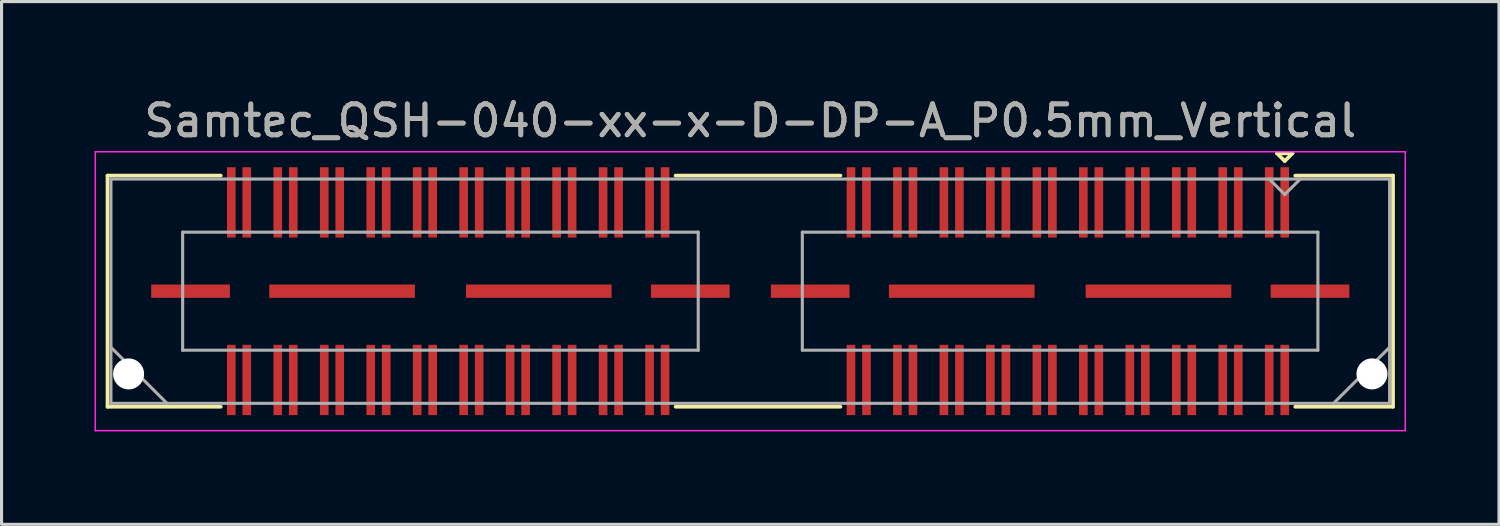
<source format=kicad_pcb>
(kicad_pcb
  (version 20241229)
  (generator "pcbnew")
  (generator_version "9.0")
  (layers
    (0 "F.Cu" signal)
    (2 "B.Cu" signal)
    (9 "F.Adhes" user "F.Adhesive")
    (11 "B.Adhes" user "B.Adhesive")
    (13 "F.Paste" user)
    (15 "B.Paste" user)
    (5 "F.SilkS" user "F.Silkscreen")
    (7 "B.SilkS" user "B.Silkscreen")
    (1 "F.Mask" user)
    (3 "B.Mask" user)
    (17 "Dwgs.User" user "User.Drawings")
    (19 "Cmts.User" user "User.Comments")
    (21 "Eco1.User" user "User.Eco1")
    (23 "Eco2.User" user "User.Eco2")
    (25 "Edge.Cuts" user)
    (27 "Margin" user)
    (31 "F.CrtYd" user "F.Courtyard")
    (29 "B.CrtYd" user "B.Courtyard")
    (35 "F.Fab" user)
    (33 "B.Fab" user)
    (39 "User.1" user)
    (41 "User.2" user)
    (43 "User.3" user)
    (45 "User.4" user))
  (footprint "Samtec_QSH-040-xx-x-D-DP-A_P0.5mm_Vertical"
    (layer "F.Cu")
    (at 21.165 6.348)
    (property "Reference" "Samtec_QSH-040-xx-x-D-DP-A_P0.5mm_Vertical" (at 0 -5.5 0) (layer "F.SilkS") (effects (font (size 1 1) (thickness 0.15))))
    (attr smd)
    (fp_line (start -20.745 -3.73) (end -17.09 -3.73) (stroke (width 0.12) (type solid)) (layer "F.SilkS"))
    (fp_line (start -20.745 3.73) (end -20.745 -3.73) (stroke (width 0.12) (type solid)) (layer "F.SilkS"))
    (fp_line (start -17.09 3.73) (end -20.745 3.73) (stroke (width 0.12) (type solid)) (layer "F.SilkS"))
    (fp_line (start 2.91 -3.73) (end -2.41 -3.73) (stroke (width 0.12) (type solid)) (layer "F.SilkS"))
    (fp_line (start 2.91 3.73) (end -2.41 3.73) (stroke (width 0.12) (type solid)) (layer "F.SilkS"))
    (fp_line (start 17 -4.45) (end 17.5 -4.45) (stroke (width 0.12) (type solid)) (layer "F.SilkS"))
    (fp_line (start 17.25 -4.2) (end 17 -4.45) (stroke (width 0.12) (type solid)) (layer "F.SilkS"))
    (fp_line (start 17.5 -4.45) (end 17.25 -4.2) (stroke (width 0.12) (type solid)) (layer "F.SilkS"))
    (fp_line (start 17.59 3.73) (end 20.745 3.73) (stroke (width 0.12) (type solid)) (layer "F.SilkS"))
    (fp_line (start 20.745 -3.73) (end 17.59 -3.73) (stroke (width 0.12) (type solid)) (layer "F.SilkS"))
    (fp_line (start 20.745 3.73) (end 20.745 -3.73) (stroke (width 0.12) (type solid)) (layer "F.SilkS"))
    (fp_line (start -21.14 -4.5) (end -21.14 4.5) (stroke (width 0.05) (type solid)) (layer "F.CrtYd"))
    (fp_line (start -21.14 4.5) (end 21.14 4.5) (stroke (width 0.05) (type solid)) (layer "F.CrtYd"))
    (fp_line (start 21.14 -4.5) (end -21.14 -4.5) (stroke (width 0.05) (type solid)) (layer "F.CrtYd"))
    (fp_line (start 21.14 4.5) (end 21.14 -4.5) (stroke (width 0.05) (type solid)) (layer "F.CrtYd"))
    (fp_line (start -20.635 -3.62) (end -20.635 3.62) (stroke (width 0.1) (type solid)) (layer "F.Fab"))
    (fp_line (start -20.635 1.81) (end -18.825 3.62) (stroke (width 0.1) (type solid)) (layer "F.Fab"))
    (fp_line (start -20.635 3.62) (end 20.635 3.62) (stroke (width 0.1) (type solid)) (layer "F.Fab"))
    (fp_line (start -18.32 -1.905) (end -18.32 1.905) (stroke (width 0.1) (type solid)) (layer "F.Fab"))
    (fp_line (start -18.32 1.905) (end -1.68 1.905) (stroke (width 0.1) (type solid)) (layer "F.Fab"))
    (fp_line (start -1.68 -1.905) (end -18.32 -1.905) (stroke (width 0.1) (type solid)) (layer "F.Fab"))
    (fp_line (start -1.68 1.905) (end -1.68 -1.905) (stroke (width 0.1) (type solid)) (layer "F.Fab"))
    (fp_line (start 1.68 -1.905) (end 1.68 1.905) (stroke (width 0.1) (type solid)) (layer "F.Fab"))
    (fp_line (start 1.68 1.905) (end 18.32 1.905) (stroke (width 0.1) (type solid)) (layer "F.Fab"))
    (fp_line (start 17.25 -3.12) (end 16.75 -3.62) (stroke (width 0.1) (type solid)) (layer "F.Fab"))
    (fp_line (start 17.75 -3.62) (end 17.25 -3.12) (stroke (width 0.1) (type solid)) (layer "F.Fab"))
    (fp_line (start 18.32 -1.905) (end 1.68 -1.905) (stroke (width 0.1) (type solid)) (layer "F.Fab"))
    (fp_line (start 18.32 1.905) (end 18.32 -1.905) (stroke (width 0.1) (type solid)) (layer "F.Fab"))
    (fp_line (start 20.635 -3.62) (end -20.635 -3.62) (stroke (width 0.1) (type solid)) (layer "F.Fab"))
    (fp_line (start 20.635 1.81) (end 18.825 3.62) (stroke (width 0.1) (type solid)) (layer "F.Fab"))
    (fp_line (start 20.635 3.62) (end 20.635 -3.62) (stroke (width 0.1) (type solid)) (layer "F.Fab"))
    (fp_text user "${REFERENCE}" (at 0 -5.5 0) (layer "F.Fab") (effects (font (size 1 1) (thickness 0.15))))
    (pad "" np_thru_hole circle (at -20.065 2.67) (size 1 1) (drill 1) (layers "*.Cu" "*.Mask"))
    (pad "" np_thru_hole circle (at 20.065 2.67) (size 1 1) (drill 1) (layers "*.Cu" "*.Mask"))
    (pad "1" smd rect (at 17.25 -2.865) (size 0.279 2.27) (layers "F.Cu" "F.Mask" "F.Paste"))
    (pad "2" smd rect (at 17.25 2.865) (size 0.279 2.27) (layers "F.Cu" "F.Mask" "F.Paste"))
    (pad "3" smd rect (at 16.75 -2.865) (size 0.279 2.27) (layers "F.Cu" "F.Mask" "F.Paste"))
    (pad "4" smd rect (at 16.75 2.865) (size 0.279 2.27) (layers "F.Cu" "F.Mask" "F.Paste"))
    (pad "5" smd rect (at 15.75 -2.865) (size 0.279 2.27) (layers "F.Cu" "F.Mask" "F.Paste"))
    (pad "6" smd rect (at 15.75 2.865) (size 0.279 2.27) (layers "F.Cu" "F.Mask" "F.Paste"))
    (pad "7" smd rect (at 15.25 -2.865) (size 0.279 2.27) (layers "F.Cu" "F.Mask" "F.Paste"))
    (pad "8" smd rect (at 15.25 2.865) (size 0.279 2.27) (layers "F.Cu" "F.Mask" "F.Paste"))
    (pad "9" smd rect (at 14.25 -2.865) (size 0.279 2.27) (layers "F.Cu" "F.Mask" "F.Paste"))
    (pad "10" smd rect (at 14.25 2.865) (size 0.279 2.27) (layers "F.Cu" "F.Mask" "F.Paste"))
    (pad "11" smd rect (at 13.75 -2.865) (size 0.279 2.27) (layers "F.Cu" "F.Mask" "F.Paste"))
    (pad "12" smd rect (at 13.75 2.865) (size 0.279 2.27) (layers "F.Cu" "F.Mask" "F.Paste"))
    (pad "13" smd rect (at 12.75 -2.865) (size 0.279 2.27) (layers "F.Cu" "F.Mask" "F.Paste"))
    (pad "14" smd rect (at 12.75 2.865) (size 0.279 2.27) (layers "F.Cu" "F.Mask" "F.Paste"))
    (pad "15" smd rect (at 12.25 -2.865) (size 0.279 2.27) (layers "F.Cu" "F.Mask" "F.Paste"))
    (pad "16" smd rect (at 12.25 2.865) (size 0.279 2.27) (layers "F.Cu" "F.Mask" "F.Paste"))
    (pad "17" smd rect (at 11.25 -2.865) (size 0.279 2.27) (layers "F.Cu" "F.Mask" "F.Paste"))
    (pad "18" smd rect (at 11.25 2.865) (size 0.279 2.27) (layers "F.Cu" "F.Mask" "F.Paste"))
    (pad "19" smd rect (at 10.75 -2.865) (size 0.279 2.27) (layers "F.Cu" "F.Mask" "F.Paste"))
    (pad "20" smd rect (at 10.75 2.865) (size 0.279 2.27) (layers "F.Cu" "F.Mask" "F.Paste"))
    (pad "21" smd rect (at 9.75 -2.865) (size 0.279 2.27) (layers "F.Cu" "F.Mask" "F.Paste"))
    (pad "22" smd rect (at 9.75 2.865) (size 0.279 2.27) (layers "F.Cu" "F.Mask" "F.Paste"))
    (pad "23" smd rect (at 9.25 -2.865) (size 0.279 2.27) (layers "F.Cu" "F.Mask" "F.Paste"))
    (pad "24" smd rect (at 9.25 2.865) (size 0.279 2.27) (layers "F.Cu" "F.Mask" "F.Paste"))
    (pad "25" smd rect (at 8.25 -2.865) (size 0.279 2.27) (layers "F.Cu" "F.Mask" "F.Paste"))
    (pad "26" smd rect (at 8.25 2.865) (size 0.279 2.27) (layers "F.Cu" "F.Mask" "F.Paste"))
    (pad "27" smd rect (at 7.75 -2.865) (size 0.279 2.27) (layers "F.Cu" "F.Mask" "F.Paste"))
    (pad "28" smd rect (at 7.75 2.865) (size 0.279 2.27) (layers "F.Cu" "F.Mask" "F.Paste"))
    (pad "29" smd rect (at 6.75 -2.865) (size 0.279 2.27) (layers "F.Cu" "F.Mask" "F.Paste"))
    (pad "30" smd rect (at 6.75 2.865) (size 0.279 2.27) (layers "F.Cu" "F.Mask" "F.Paste"))
    (pad "31" smd rect (at 6.25 -2.865) (size 0.279 2.27) (layers "F.Cu" "F.Mask" "F.Paste"))
    (pad "32" smd rect (at 6.25 2.865) (size 0.279 2.27) (layers "F.Cu" "F.Mask" "F.Paste"))
    (pad "33" smd rect (at 5.25 -2.865) (size 0.279 2.27) (layers "F.Cu" "F.Mask" "F.Paste"))
    (pad "34" smd rect (at 5.25 2.865) (size 0.279 2.27) (layers "F.Cu" "F.Mask" "F.Paste"))
    (pad "35" smd rect (at 4.75 -2.865) (size 0.279 2.27) (layers "F.Cu" "F.Mask" "F.Paste"))
    (pad "36" smd rect (at 4.75 2.865) (size 0.279 2.27) (layers "F.Cu" "F.Mask" "F.Paste"))
    (pad "37" smd rect (at 3.75 -2.865) (size 0.279 2.27) (layers "F.Cu" "F.Mask" "F.Paste"))
    (pad "38" smd rect (at 3.75 2.865) (size 0.279 2.27) (layers "F.Cu" "F.Mask" "F.Paste"))
    (pad "39" smd rect (at 3.25 -2.865) (size 0.279 2.27) (layers "F.Cu" "F.Mask" "F.Paste"))
    (pad "40" smd rect (at 3.25 2.865) (size 0.279 2.27) (layers "F.Cu" "F.Mask" "F.Paste"))
    (pad "41" smd rect (at -2.75 -2.865) (size 0.279 2.27) (layers "F.Cu" "F.Mask" "F.Paste"))
    (pad "42" smd rect (at -2.75 2.865) (size 0.279 2.27) (layers "F.Cu" "F.Mask" "F.Paste"))
    (pad "43" smd rect (at -3.25 -2.865) (size 0.279 2.27) (layers "F.Cu" "F.Mask" "F.Paste"))
    (pad "44" smd rect (at -3.25 2.865) (size 0.279 2.27) (layers "F.Cu" "F.Mask" "F.Paste"))
    (pad "45" smd rect (at -4.25 -2.865) (size 0.279 2.27) (layers "F.Cu" "F.Mask" "F.Paste"))
    (pad "46" smd rect (at -4.25 2.865) (size 0.279 2.27) (layers "F.Cu" "F.Mask" "F.Paste"))
    (pad "47" smd rect (at -4.75 -2.865) (size 0.279 2.27) (layers "F.Cu" "F.Mask" "F.Paste"))
    (pad "48" smd rect (at -4.75 2.865) (size 0.279 2.27) (layers "F.Cu" "F.Mask" "F.Paste"))
    (pad "49" smd rect (at -5.75 -2.865) (size 0.279 2.27) (layers "F.Cu" "F.Mask" "F.Paste"))
    (pad "50" smd rect (at -5.75 2.865) (size 0.279 2.27) (layers "F.Cu" "F.Mask" "F.Paste"))
    (pad "51" smd rect (at -6.25 -2.865) (size 0.279 2.27) (layers "F.Cu" "F.Mask" "F.Paste"))
    (pad "52" smd rect (at -6.25 2.865) (size 0.279 2.27) (layers "F.Cu" "F.Mask" "F.Paste"))
    (pad "53" smd rect (at -7.25 -2.865) (size 0.279 2.27) (layers "F.Cu" "F.Mask" "F.Paste"))
    (pad "54" smd rect (at -7.25 2.865) (size 0.279 2.27) (layers "F.Cu" "F.Mask" "F.Paste"))
    (pad "55" smd rect (at -7.75 -2.865) (size 0.279 2.27) (layers "F.Cu" "F.Mask" "F.Paste"))
    (pad "56" smd rect (at -7.75 2.865) (size 0.279 2.27) (layers "F.Cu" "F.Mask" "F.Paste"))
    (pad "57" smd rect (at -8.75 -2.865) (size 0.279 2.27) (layers "F.Cu" "F.Mask" "F.Paste"))
    (pad "58" smd rect (at -8.75 2.865) (size 0.279 2.27) (layers "F.Cu" "F.Mask" "F.Paste"))
    (pad "59" smd rect (at -9.25 -2.865) (size 0.279 2.27) (layers "F.Cu" "F.Mask" "F.Paste"))
    (pad "60" smd rect (at -9.25 2.865) (size 0.279 2.27) (layers "F.Cu" "F.Mask" "F.Paste"))
    (pad "61" smd rect (at -10.25 -2.865) (size 0.279 2.27) (layers "F.Cu" "F.Mask" "F.Paste"))
    (pad "62" smd rect (at -10.25 2.865) (size 0.279 2.27) (layers "F.Cu" "F.Mask" "F.Paste"))
    (pad "63" smd rect (at -10.75 -2.865) (size 0.279 2.27) (layers "F.Cu" "F.Mask" "F.Paste"))
    (pad "64" smd rect (at -10.75 2.865) (size 0.279 2.27) (layers "F.Cu" "F.Mask" "F.Paste"))
    (pad "65" smd rect (at -11.75 -2.865) (size 0.279 2.27) (layers "F.Cu" "F.Mask" "F.Paste"))
    (pad "66" smd rect (at -11.75 2.865) (size 0.279 2.27) (layers "F.Cu" "F.Mask" "F.Paste"))
    (pad "67" smd rect (at -12.25 -2.865) (size 0.279 2.27) (layers "F.Cu" "F.Mask" "F.Paste"))
    (pad "68" smd rect (at -12.25 2.865) (size 0.279 2.27) (layers "F.Cu" "F.Mask" "F.Paste"))
    (pad "69" smd rect (at -13.25 -2.865) (size 0.279 2.27) (layers "F.Cu" "F.Mask" "F.Paste"))
    (pad "70" smd rect (at -13.25 2.865) (size 0.279 2.27) (layers "F.Cu" "F.Mask" "F.Paste"))
    (pad "71" smd rect (at -13.75 -2.865) (size 0.279 2.27) (layers "F.Cu" "F.Mask" "F.Paste"))
    (pad "72" smd rect (at -13.75 2.865) (size 0.279 2.27) (layers "F.Cu" "F.Mask" "F.Paste"))
    (pad "73" smd rect (at -14.75 -2.865) (size 0.279 2.27) (layers "F.Cu" "F.Mask" "F.Paste"))
    (pad "74" smd rect (at -14.75 2.865) (size 0.279 2.27) (layers "F.Cu" "F.Mask" "F.Paste"))
    (pad "75" smd rect (at -15.25 -2.865) (size 0.279 2.27) (layers "F.Cu" "F.Mask" "F.Paste"))
    (pad "76" smd rect (at -15.25 2.865) (size 0.279 2.27) (layers "F.Cu" "F.Mask" "F.Paste"))
    (pad "77" smd rect (at -16.25 -2.865) (size 0.279 2.27) (layers "F.Cu" "F.Mask" "F.Paste"))
    (pad "78" smd rect (at -16.25 2.865) (size 0.279 2.27) (layers "F.Cu" "F.Mask" "F.Paste"))
    (pad "79" smd rect (at -16.75 -2.865) (size 0.279 2.27) (layers "F.Cu" "F.Mask" "F.Paste"))
    (pad "80" smd rect (at -16.75 2.865) (size 0.279 2.27) (layers "F.Cu" "F.Mask" "F.Paste"))
    (pad "P1" smd rect (at 1.935 0) (size 2.54 0.43) (layers "F.Cu" "F.Mask" "F.Paste"))
    (pad "P1" smd rect (at 6.825 0) (size 4.7 0.43) (layers "F.Cu" "F.Mask" "F.Paste"))
    (pad "P1" smd rect (at 13.175 0) (size 4.7 0.43) (layers "F.Cu" "F.Mask" "F.Paste"))
    (pad "P1" smd rect (at 18.065 0) (size 2.54 0.43) (layers "F.Cu" "F.Mask" "F.Paste"))
    (pad "P2" smd rect (at -18.065 0) (size 2.54 0.43) (layers "F.Cu" "F.Mask" "F.Paste"))
    (pad "P2" smd rect (at -13.175 0) (size 4.7 0.43) (layers "F.Cu" "F.Mask" "F.Paste"))
    (pad "P2" smd rect (at -6.825 0) (size 4.7 0.43) (layers "F.Cu" "F.Mask" "F.Paste"))
    (pad "P2" smd rect (at -1.935 0) (size 2.54 0.43) (layers "F.Cu" "F.Mask" "F.Paste")))
  (gr_rect
    (start -3 -3)
    (end 45.33 13.873)
    (stroke (width 0.1) (type default))
    (fill no)
    (layer "Edge.Cuts")))
</source>
